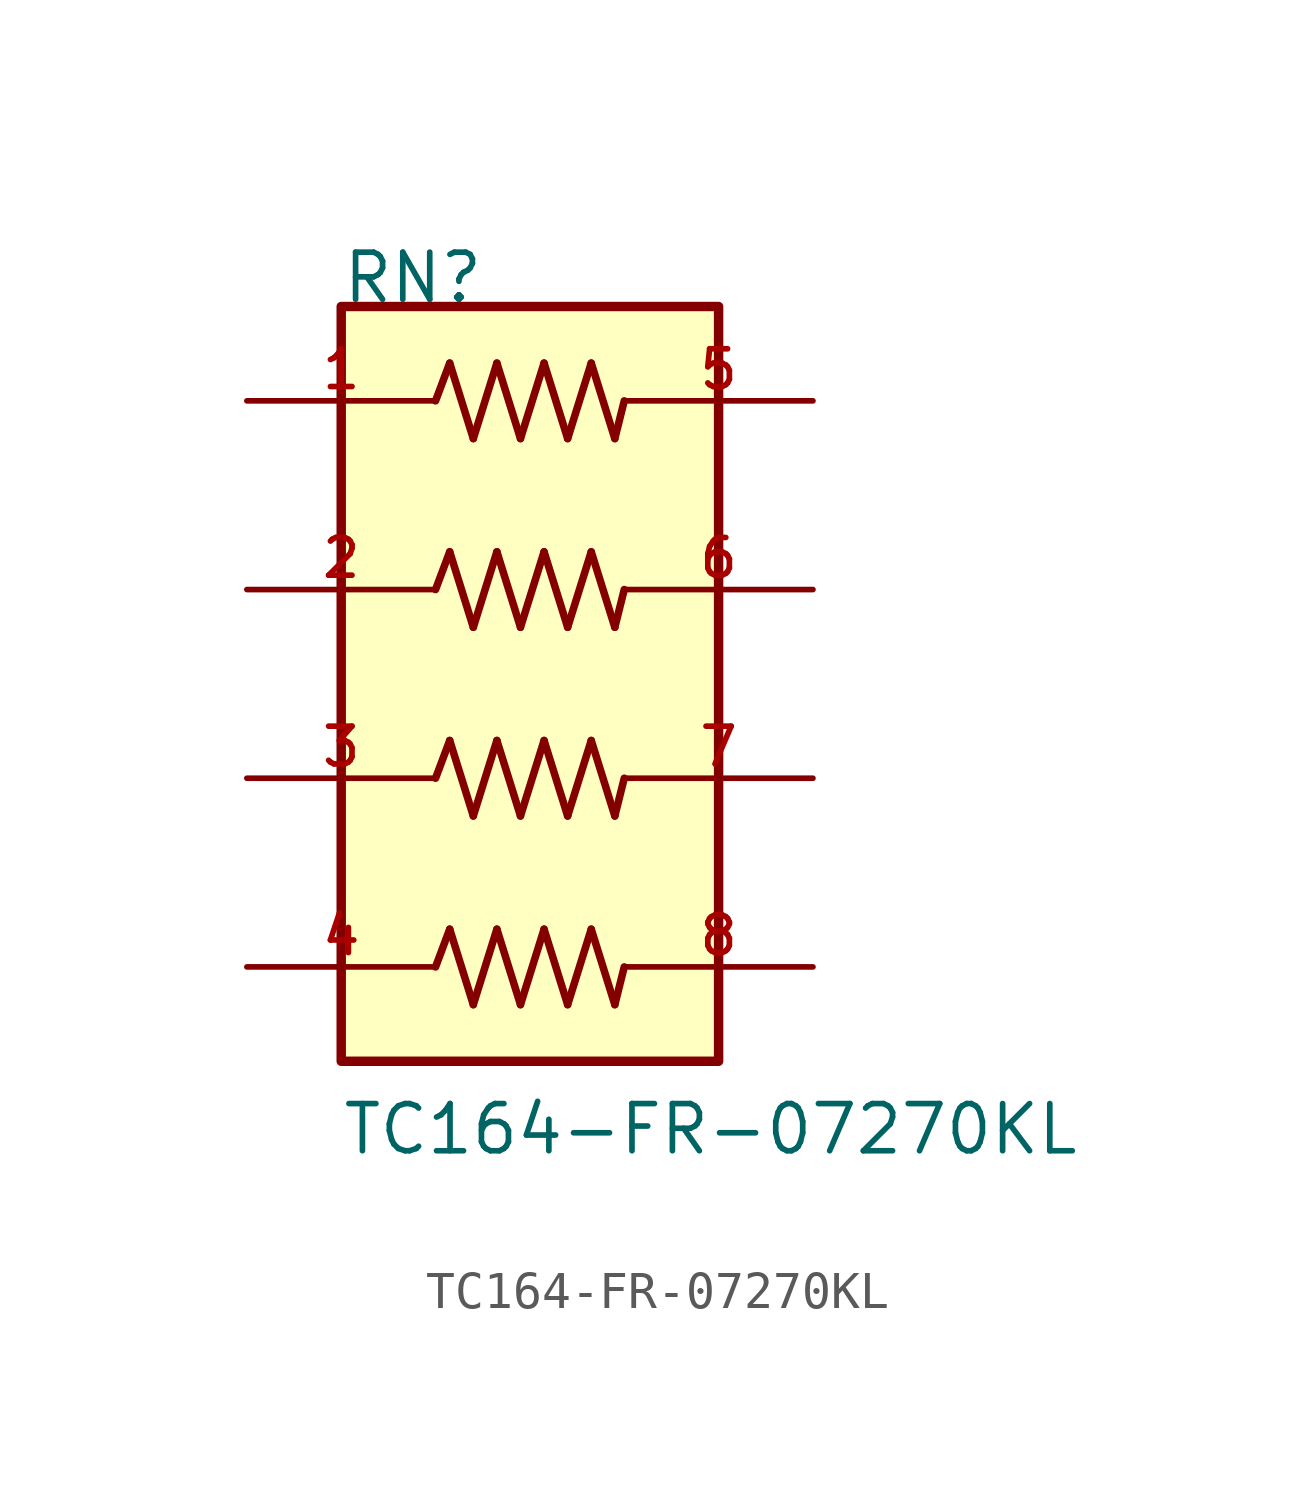
<source format=kicad_sym>
(kicad_symbol_lib
  (version 20211014)
  (generator kicad_symbol_editor)
  (symbol "TC164-FR-07270KL"
    (pin_names
      (offset 1.016))
    (property "Reference" "RN"
      (at -5.095 10.19 0)
      (effects (font (size 1.27 1.27)) (justify bottom left)))
    (property "Value" "TC164-FR-07270KL"
      (at -5.093 -12.732 0)
      (effects (font (size 1.27 1.27)) (justify bottom left)))
    (symbol "TC164-FR-07270KL_0_0"
      (polyline (pts (xy -2.54 7.62) (xy -2.159 8.636)) (stroke (width 0.203)))
      (polyline (pts (xy -2.159 8.636) (xy -1.524 6.604)) (stroke (width 0.203)))
      (polyline (pts (xy -1.524 6.604) (xy -0.889 8.636)) (stroke (width 0.203)))
      (polyline (pts (xy -0.889 8.636) (xy -0.254 6.604)) (stroke (width 0.203)))
      (polyline (pts (xy -0.254 6.604) (xy 0.381 8.636)) (stroke (width 0.203)))
      (polyline (pts (xy 0.381 8.636) (xy 1.016 6.604)) (stroke (width 0.203)))
      (polyline (pts (xy 1.016 6.604) (xy 1.651 8.636)) (stroke (width 0.203)))
      (polyline (pts (xy 1.651 8.636) (xy 2.286 6.604)) (stroke (width 0.203)))
      (polyline (pts (xy 2.286 6.604) (xy 2.54 7.62)) (stroke (width 0.203)))
      (polyline (pts (xy -2.54 2.54) (xy -2.159 3.556)) (stroke (width 0.203)))
      (polyline (pts (xy -2.159 3.556) (xy -1.524 1.524)) (stroke (width 0.203)))
      (polyline (pts (xy -1.524 1.524) (xy -0.889 3.556)) (stroke (width 0.203)))
      (polyline (pts (xy -0.889 3.556) (xy -0.254 1.524)) (stroke (width 0.203)))
      (polyline (pts (xy -0.254 1.524) (xy 0.381 3.556)) (stroke (width 0.203)))
      (polyline (pts (xy 0.381 3.556) (xy 1.016 1.524)) (stroke (width 0.203)))
      (polyline (pts (xy 1.016 1.524) (xy 1.651 3.556)) (stroke (width 0.203)))
      (polyline (pts (xy 1.651 3.556) (xy 2.286 1.524)) (stroke (width 0.203)))
      (polyline (pts (xy 2.286 1.524) (xy 2.54 2.54)) (stroke (width 0.203)))
      (polyline (pts (xy -2.54 -2.54) (xy -2.159 -1.524)) (stroke (width 0.203)))
      (polyline (pts (xy -2.159 -1.524) (xy -1.524 -3.556)) (stroke (width 0.203)))
      (polyline (pts (xy -1.524 -3.556) (xy -0.889 -1.524)) (stroke (width 0.203)))
      (polyline (pts (xy -0.889 -1.524) (xy -0.254 -3.556)) (stroke (width 0.203)))
      (polyline (pts (xy -0.254 -3.556) (xy 0.381 -1.524)) (stroke (width 0.203)))
      (polyline (pts (xy 0.381 -1.524) (xy 1.016 -3.556)) (stroke (width 0.203)))
      (polyline (pts (xy 1.016 -3.556) (xy 1.651 -1.524)) (stroke (width 0.203)))
      (polyline (pts (xy 1.651 -1.524) (xy 2.286 -3.556)) (stroke (width 0.203)))
      (polyline (pts (xy 2.286 -3.556) (xy 2.54 -2.54)) (stroke (width 0.203)))
      (polyline (pts (xy -2.54 -7.62) (xy -2.159 -6.604)) (stroke (width 0.203)))
      (polyline (pts (xy -2.159 -6.604) (xy -1.524 -8.636)) (stroke (width 0.203)))
      (polyline (pts (xy -1.524 -8.636) (xy -0.889 -6.604)) (stroke (width 0.203)))
      (polyline (pts (xy -0.889 -6.604) (xy -0.254 -8.636)) (stroke (width 0.203)))
      (polyline (pts (xy -0.254 -8.636) (xy 0.381 -6.604)) (stroke (width 0.203)))
      (polyline (pts (xy 0.381 -6.604) (xy 1.016 -8.636)) (stroke (width 0.203)))
      (polyline (pts (xy 1.016 -8.636) (xy 1.651 -6.604)) (stroke (width 0.203)))
      (polyline (pts (xy 1.651 -6.604) (xy 2.286 -8.636)) (stroke (width 0.203)))
      (polyline (pts (xy 2.286 -8.636) (xy 2.54 -7.62)) (stroke (width 0.203)))
      (rectangle (start -5.08 -10.16) (end 5.08 10.16) (stroke (width 0.254)) (fill (type background)))
      (pin passive line (at 7.62 7.62 180.0) (length 5.08) (name "~" (effects (font (size 1.016 1.016)))) (number "5" (effects (font (size 1.016 1.016)))))
      (pin passive line (at -7.62 7.62 0) (length 5.08) (name "~" (effects (font (size 1.016 1.016)))) (number "1" (effects (font (size 1.016 1.016)))))
      (pin passive line (at 7.62 2.54 180.0) (length 5.08) (name "~" (effects (font (size 1.016 1.016)))) (number "6" (effects (font (size 1.016 1.016)))))
      (pin passive line (at -7.62 2.54 0) (length 5.08) (name "~" (effects (font (size 1.016 1.016)))) (number "2" (effects (font (size 1.016 1.016)))))
      (pin passive line (at 7.62 -2.54 180.0) (length 5.08) (name "~" (effects (font (size 1.016 1.016)))) (number "7" (effects (font (size 1.016 1.016)))))
      (pin passive line (at -7.62 -2.54 0) (length 5.08) (name "~" (effects (font (size 1.016 1.016)))) (number "3" (effects (font (size 1.016 1.016)))))
      (pin passive line (at 7.62 -7.62 180.0) (length 5.08) (name "~" (effects (font (size 1.016 1.016)))) (number "8" (effects (font (size 1.016 1.016)))))
      (pin passive line (at -7.62 -7.62 0) (length 5.08) (name "~" (effects (font (size 1.016 1.016)))) (number "4" (effects (font (size 1.016 1.016))))))))
</source>
